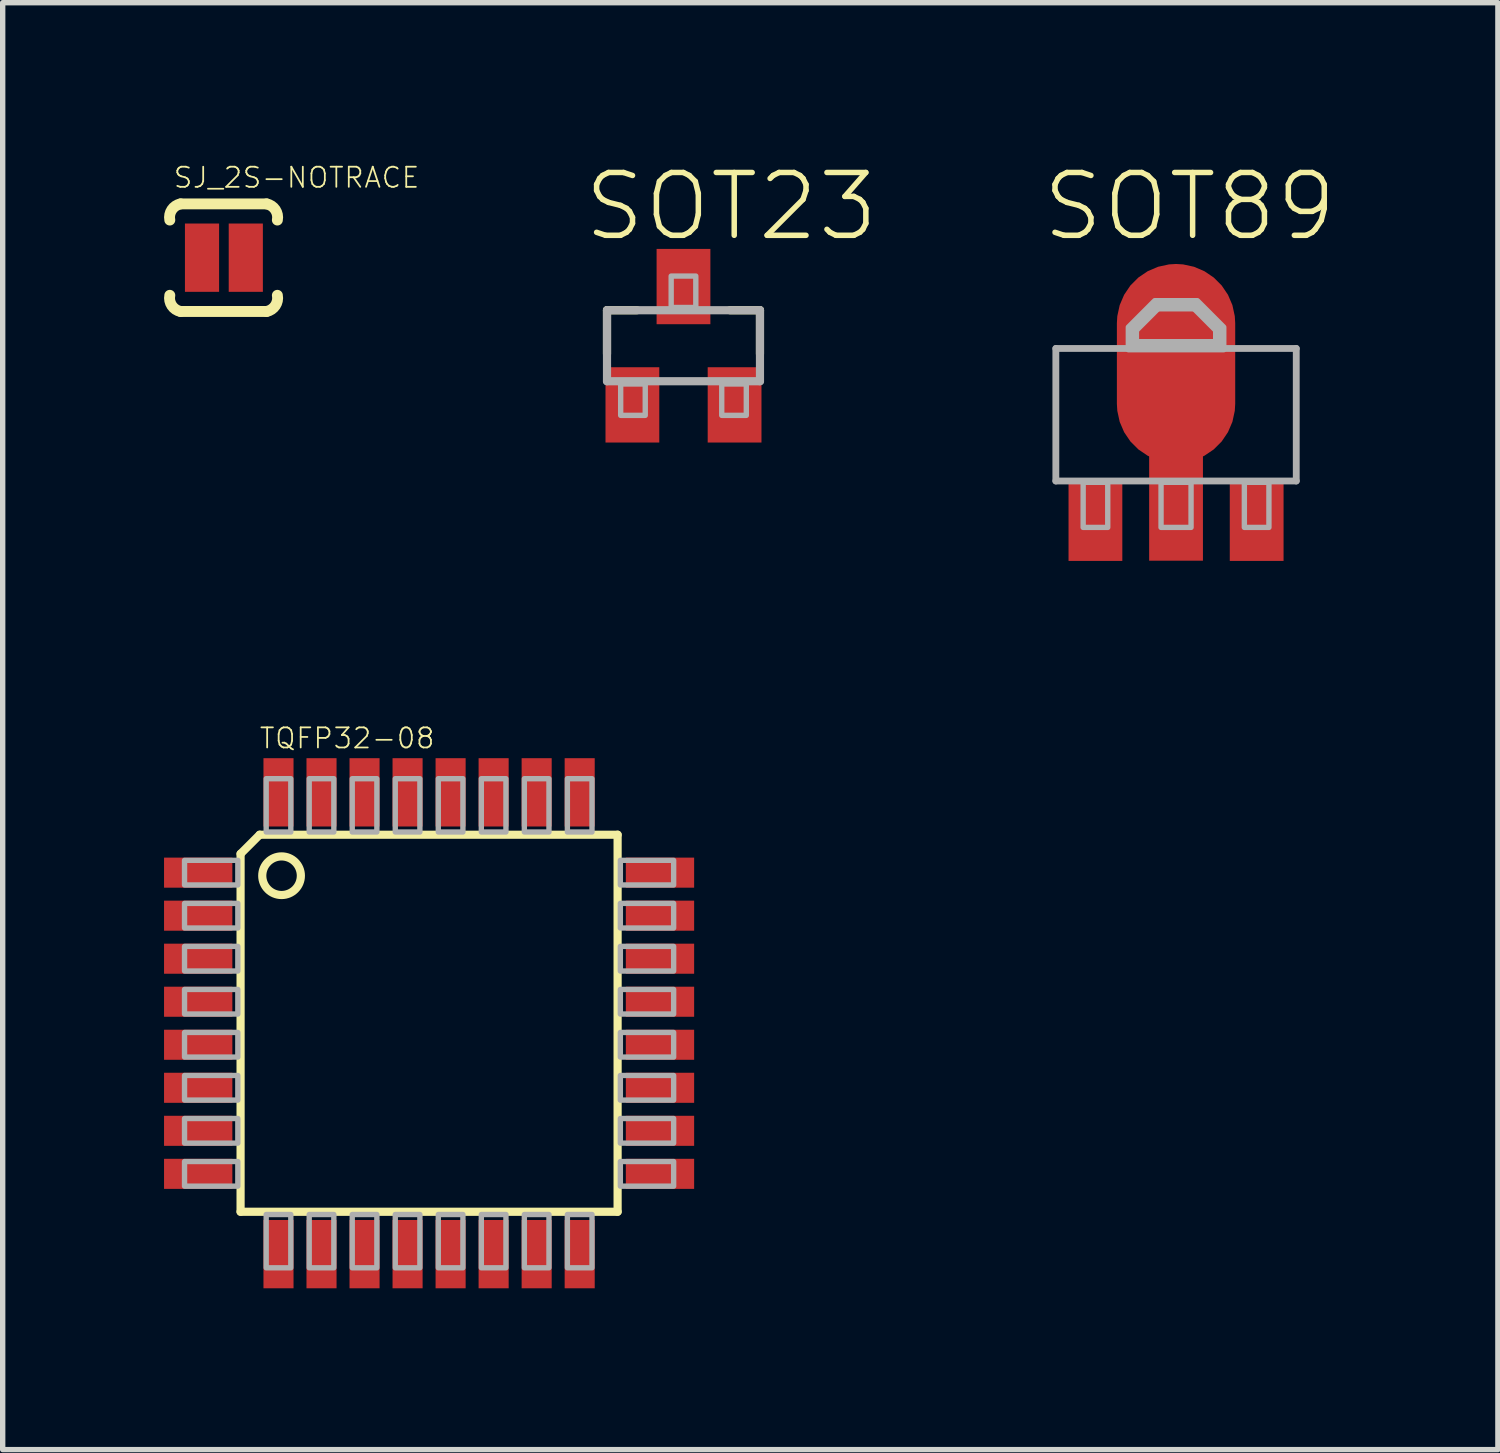
<source format=kicad_pcb>
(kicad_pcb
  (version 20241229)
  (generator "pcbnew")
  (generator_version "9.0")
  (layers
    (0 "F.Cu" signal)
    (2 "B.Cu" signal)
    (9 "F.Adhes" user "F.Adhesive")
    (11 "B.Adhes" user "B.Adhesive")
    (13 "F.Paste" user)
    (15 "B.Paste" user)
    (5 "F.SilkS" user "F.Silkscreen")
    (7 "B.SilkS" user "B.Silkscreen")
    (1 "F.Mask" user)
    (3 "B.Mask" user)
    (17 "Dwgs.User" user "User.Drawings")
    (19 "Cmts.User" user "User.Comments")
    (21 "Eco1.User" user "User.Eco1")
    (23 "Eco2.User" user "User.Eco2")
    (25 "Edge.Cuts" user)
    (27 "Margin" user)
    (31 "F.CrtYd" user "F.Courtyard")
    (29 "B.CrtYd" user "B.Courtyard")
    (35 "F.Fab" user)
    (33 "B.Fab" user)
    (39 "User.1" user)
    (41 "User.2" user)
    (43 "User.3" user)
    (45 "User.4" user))
  (footprint "TQFP32-08"
    (layer "F.Cu")
    (at 4.928 15.975)
    (property "Reference" "TQFP32-08" (at -3.175 -5.08 0) (layer "F.SilkS") (effects (font (size 0.374 0.374) (thickness 0.033)) (justify left bottom)))
    (fp_line (start -3.505 3.505) (end -3.505 -3.15) (stroke (width 0.152) (type solid)) (layer "F.SilkS"))
    (fp_line (start -3.15 -3.505) (end -3.505 -3.15) (stroke (width 0.152) (type solid)) (layer "F.SilkS"))
    (fp_line (start -3.15 -3.505) (end 3.505 -3.505) (stroke (width 0.152) (type solid)) (layer "F.SilkS"))
    (fp_line (start 3.505 -3.505) (end 3.505 3.505) (stroke (width 0.152) (type solid)) (layer "F.SilkS"))
    (fp_line (start 3.505 3.505) (end -3.505 3.505) (stroke (width 0.152) (type solid)) (layer "F.SilkS"))
    (fp_circle (center -2.743 -2.743) (end -2.384 -2.743) (stroke (width 0.152) (type solid)) (fill no) (layer "F.SilkS"))
    (fp_poly (pts (xy -4.547 -2.571) (xy -3.556 -2.571) (xy -3.556 -3.029) (xy -4.547 -3.029)) (stroke (width 0.1) (type default)) (fill no) (layer "F.Fab"))
    (fp_poly (pts (xy -4.547 -1.771) (xy -3.556 -1.771) (xy -3.556 -2.229) (xy -4.547 -2.229)) (stroke (width 0.1) (type default)) (fill no) (layer "F.Fab"))
    (fp_poly (pts (xy -4.547 -0.971) (xy -3.556 -0.971) (xy -3.556 -1.429) (xy -4.547 -1.429)) (stroke (width 0.1) (type default)) (fill no) (layer "F.Fab"))
    (fp_poly (pts (xy -4.547 -0.171) (xy -3.556 -0.171) (xy -3.556 -0.629) (xy -4.547 -0.629)) (stroke (width 0.1) (type default)) (fill no) (layer "F.Fab"))
    (fp_poly (pts (xy -4.547 0.629) (xy -3.556 0.629) (xy -3.556 0.171) (xy -4.547 0.171)) (stroke (width 0.1) (type default)) (fill no) (layer "F.Fab"))
    (fp_poly (pts (xy -4.547 1.429) (xy -3.556 1.429) (xy -3.556 0.971) (xy -4.547 0.971)) (stroke (width 0.1) (type default)) (fill no) (layer "F.Fab"))
    (fp_poly (pts (xy -4.547 2.229) (xy -3.556 2.229) (xy -3.556 1.771) (xy -4.547 1.771)) (stroke (width 0.1) (type default)) (fill no) (layer "F.Fab"))
    (fp_poly (pts (xy -4.547 3.029) (xy -3.556 3.029) (xy -3.556 2.571) (xy -4.547 2.571)) (stroke (width 0.1) (type default)) (fill no) (layer "F.Fab"))
    (fp_poly (pts (xy -3.029 -3.556) (xy -2.571 -3.556) (xy -2.571 -4.547) (xy -3.029 -4.547)) (stroke (width 0.1) (type default)) (fill no) (layer "F.Fab"))
    (fp_poly (pts (xy -3.029 4.547) (xy -2.571 4.547) (xy -2.571 3.556) (xy -3.029 3.556)) (stroke (width 0.1) (type default)) (fill no) (layer "F.Fab"))
    (fp_poly (pts (xy -2.229 -3.556) (xy -1.771 -3.556) (xy -1.771 -4.547) (xy -2.229 -4.547)) (stroke (width 0.1) (type default)) (fill no) (layer "F.Fab"))
    (fp_poly (pts (xy -2.229 4.547) (xy -1.771 4.547) (xy -1.771 3.556) (xy -2.229 3.556)) (stroke (width 0.1) (type default)) (fill no) (layer "F.Fab"))
    (fp_poly (pts (xy -1.429 -3.556) (xy -0.971 -3.556) (xy -0.971 -4.547) (xy -1.429 -4.547)) (stroke (width 0.1) (type default)) (fill no) (layer "F.Fab"))
    (fp_poly (pts (xy -1.429 4.547) (xy -0.971 4.547) (xy -0.971 3.556) (xy -1.429 3.556)) (stroke (width 0.1) (type default)) (fill no) (layer "F.Fab"))
    (fp_poly (pts (xy -0.629 -3.556) (xy -0.171 -3.556) (xy -0.171 -4.547) (xy -0.629 -4.547)) (stroke (width 0.1) (type default)) (fill no) (layer "F.Fab"))
    (fp_poly (pts (xy -0.629 4.547) (xy -0.171 4.547) (xy -0.171 3.556) (xy -0.629 3.556)) (stroke (width 0.1) (type default)) (fill no) (layer "F.Fab"))
    (fp_poly (pts (xy 0.171 -3.556) (xy 0.629 -3.556) (xy 0.629 -4.547) (xy 0.171 -4.547)) (stroke (width 0.1) (type default)) (fill no) (layer "F.Fab"))
    (fp_poly (pts (xy 0.171 4.547) (xy 0.629 4.547) (xy 0.629 3.556) (xy 0.171 3.556)) (stroke (width 0.1) (type default)) (fill no) (layer "F.Fab"))
    (fp_poly (pts (xy 0.971 -3.556) (xy 1.429 -3.556) (xy 1.429 -4.547) (xy 0.971 -4.547)) (stroke (width 0.1) (type default)) (fill no) (layer "F.Fab"))
    (fp_poly (pts (xy 0.971 4.547) (xy 1.429 4.547) (xy 1.429 3.556) (xy 0.971 3.556)) (stroke (width 0.1) (type default)) (fill no) (layer "F.Fab"))
    (fp_poly (pts (xy 1.771 -3.556) (xy 2.229 -3.556) (xy 2.229 -4.547) (xy 1.771 -4.547)) (stroke (width 0.1) (type default)) (fill no) (layer "F.Fab"))
    (fp_poly (pts (xy 1.771 4.547) (xy 2.229 4.547) (xy 2.229 3.556) (xy 1.771 3.556)) (stroke (width 0.1) (type default)) (fill no) (layer "F.Fab"))
    (fp_poly (pts (xy 2.571 -3.556) (xy 3.029 -3.556) (xy 3.029 -4.547) (xy 2.571 -4.547)) (stroke (width 0.1) (type default)) (fill no) (layer "F.Fab"))
    (fp_poly (pts (xy 2.571 4.547) (xy 3.029 4.547) (xy 3.029 3.556) (xy 2.571 3.556)) (stroke (width 0.1) (type default)) (fill no) (layer "F.Fab"))
    (fp_poly (pts (xy 3.556 -2.571) (xy 4.547 -2.571) (xy 4.547 -3.029) (xy 3.556 -3.029)) (stroke (width 0.1) (type default)) (fill no) (layer "F.Fab"))
    (fp_poly (pts (xy 3.556 -1.771) (xy 4.547 -1.771) (xy 4.547 -2.229) (xy 3.556 -2.229)) (stroke (width 0.1) (type default)) (fill no) (layer "F.Fab"))
    (fp_poly (pts (xy 3.556 -0.971) (xy 4.547 -0.971) (xy 4.547 -1.429) (xy 3.556 -1.429)) (stroke (width 0.1) (type default)) (fill no) (layer "F.Fab"))
    (fp_poly (pts (xy 3.556 -0.171) (xy 4.547 -0.171) (xy 4.547 -0.629) (xy 3.556 -0.629)) (stroke (width 0.1) (type default)) (fill no) (layer "F.Fab"))
    (fp_poly (pts (xy 3.556 0.629) (xy 4.547 0.629) (xy 4.547 0.171) (xy 3.556 0.171)) (stroke (width 0.1) (type default)) (fill no) (layer "F.Fab"))
    (fp_poly (pts (xy 3.556 1.429) (xy 4.547 1.429) (xy 4.547 0.971) (xy 3.556 0.971)) (stroke (width 0.1) (type default)) (fill no) (layer "F.Fab"))
    (fp_poly (pts (xy 3.556 2.229) (xy 4.547 2.229) (xy 4.547 1.771) (xy 3.556 1.771)) (stroke (width 0.1) (type default)) (fill no) (layer "F.Fab"))
    (fp_poly (pts (xy 3.556 3.029) (xy 4.547 3.029) (xy 4.547 2.571) (xy 3.556 2.571)) (stroke (width 0.1) (type default)) (fill no) (layer "F.Fab"))
    (pad "1" smd rect (at -4.293 -2.8) (size 1.27 0.559) (layers "F.Cu" "F.Mask" "F.Paste"))
    (pad "2" smd rect (at -4.293 -2) (size 1.27 0.559) (layers "F.Cu" "F.Mask" "F.Paste"))
    (pad "3" smd rect (at -4.293 -1.2) (size 1.27 0.559) (layers "F.Cu" "F.Mask" "F.Paste"))
    (pad "4" smd rect (at -4.293 -0.4) (size 1.27 0.559) (layers "F.Cu" "F.Mask" "F.Paste"))
    (pad "5" smd rect (at -4.293 0.4) (size 1.27 0.559) (layers "F.Cu" "F.Mask" "F.Paste"))
    (pad "6" smd rect (at -4.293 1.2) (size 1.27 0.559) (layers "F.Cu" "F.Mask" "F.Paste"))
    (pad "7" smd rect (at -4.293 2) (size 1.27 0.559) (layers "F.Cu" "F.Mask" "F.Paste"))
    (pad "8" smd rect (at -4.293 2.8) (size 1.27 0.559) (layers "F.Cu" "F.Mask" "F.Paste"))
    (pad "9" smd rect (at -2.8 4.293) (size 0.559 1.27) (layers "F.Cu" "F.Mask" "F.Paste"))
    (pad "10" smd rect (at -2 4.293) (size 0.559 1.27) (layers "F.Cu" "F.Mask" "F.Paste"))
    (pad "11" smd rect (at -1.2 4.293) (size 0.559 1.27) (layers "F.Cu" "F.Mask" "F.Paste"))
    (pad "12" smd rect (at -0.4 4.293) (size 0.559 1.27) (layers "F.Cu" "F.Mask" "F.Paste"))
    (pad "13" smd rect (at 0.4 4.293) (size 0.559 1.27) (layers "F.Cu" "F.Mask" "F.Paste"))
    (pad "14" smd rect (at 1.2 4.293) (size 0.559 1.27) (layers "F.Cu" "F.Mask" "F.Paste"))
    (pad "15" smd rect (at 2 4.293) (size 0.559 1.27) (layers "F.Cu" "F.Mask" "F.Paste"))
    (pad "16" smd rect (at 2.8 4.293) (size 0.559 1.27) (layers "F.Cu" "F.Mask" "F.Paste"))
    (pad "17" smd rect (at 4.293 2.8) (size 1.27 0.559) (layers "F.Cu" "F.Mask" "F.Paste"))
    (pad "18" smd rect (at 4.293 2) (size 1.27 0.559) (layers "F.Cu" "F.Mask" "F.Paste"))
    (pad "19" smd rect (at 4.293 1.2) (size 1.27 0.559) (layers "F.Cu" "F.Mask" "F.Paste"))
    (pad "20" smd rect (at 4.293 0.4) (size 1.27 0.559) (layers "F.Cu" "F.Mask" "F.Paste"))
    (pad "21" smd rect (at 4.293 -0.4) (size 1.27 0.559) (layers "F.Cu" "F.Mask" "F.Paste"))
    (pad "22" smd rect (at 4.293 -1.2) (size 1.27 0.559) (layers "F.Cu" "F.Mask" "F.Paste"))
    (pad "23" smd rect (at 4.293 -2) (size 1.27 0.559) (layers "F.Cu" "F.Mask" "F.Paste"))
    (pad "24" smd rect (at 4.293 -2.8) (size 1.27 0.559) (layers "F.Cu" "F.Mask" "F.Paste"))
    (pad "25" smd rect (at 2.8 -4.293) (size 0.559 1.27) (layers "F.Cu" "F.Mask" "F.Paste"))
    (pad "26" smd rect (at 2 -4.293) (size 0.559 1.27) (layers "F.Cu" "F.Mask" "F.Paste"))
    (pad "27" smd rect (at 1.2 -4.293) (size 0.559 1.27) (layers "F.Cu" "F.Mask" "F.Paste"))
    (pad "28" smd rect (at 0.4 -4.293) (size 0.559 1.27) (layers "F.Cu" "F.Mask" "F.Paste"))
    (pad "29" smd rect (at -0.4 -4.293) (size 0.559 1.27) (layers "F.Cu" "F.Mask" "F.Paste"))
    (pad "30" smd rect (at -1.2 -4.293) (size 0.559 1.27) (layers "F.Cu" "F.Mask" "F.Paste"))
    (pad "31" smd rect (at -2 -4.293) (size 0.559 1.27) (layers "F.Cu" "F.Mask" "F.Paste"))
    (pad "32" smd rect (at -2.8 -4.293) (size 0.559 1.27) (layers "F.Cu" "F.Mask" "F.Paste")))
  (footprint "SOT23"
    (layer "F.Cu")
    (at 9.658 3.378)
    (property "Reference" "SOT23" (at -1.905 -1.905 0) (layer "F.SilkS") (effects (font (size 1.168 1.168) (thickness 0.102)) (justify left bottom)))
    (fp_line (start -1.422 -0.66) (end -0.864 -0.66) (stroke (width 0.152) (type solid)) (layer "F.SilkS"))
    (fp_line (start -1.422 0.152) (end -1.422 -0.66) (stroke (width 0.152) (type solid)) (layer "F.SilkS"))
    (fp_line (start 0.864 -0.66) (end 1.422 -0.66) (stroke (width 0.152) (type solid)) (layer "F.SilkS"))
    (fp_line (start 1.422 -0.66) (end 1.422 0.152) (stroke (width 0.152) (type solid)) (layer "F.SilkS"))
    (fp_line (start -1.422 -0.66) (end 1.422 -0.66) (stroke (width 0.152) (type solid)) (layer "F.Fab"))
    (fp_line (start -1.422 0.66) (end -1.422 -0.66) (stroke (width 0.152) (type solid)) (layer "F.Fab"))
    (fp_line (start 1.422 -0.66) (end 1.422 0.66) (stroke (width 0.152) (type solid)) (layer "F.Fab"))
    (fp_line (start 1.422 0.66) (end -1.422 0.66) (stroke (width 0.152) (type solid)) (layer "F.Fab"))
    (fp_poly (pts (xy -1.168 1.295) (xy -0.711 1.295) (xy -0.711 0.711) (xy -1.168 0.711)) (stroke (width 0.1) (type default)) (fill no) (layer "F.Fab"))
    (fp_poly (pts (xy -0.229 -0.711) (xy 0.229 -0.711) (xy 0.229 -1.295) (xy -0.229 -1.295)) (stroke (width 0.1) (type default)) (fill no) (layer "F.Fab"))
    (fp_poly (pts (xy 0.711 1.295) (xy 1.168 1.295) (xy 1.168 0.711) (xy 0.711 0.711)) (stroke (width 0.1) (type default)) (fill no) (layer "F.Fab"))
    (pad "1" smd rect (at -0.95 1.1) (size 1 1.4) (layers "F.Cu" "F.Mask" "F.Paste"))
    (pad "2" smd rect (at 0.95 1.1) (size 1 1.4) (layers "F.Cu" "F.Mask" "F.Paste"))
    (pad "3" smd rect (at 0 -1.1) (size 1 1.4) (layers "F.Cu" "F.Mask" "F.Paste")))
  (footprint "SJ_2S-NOTRACE"
    (layer "F.Cu")
    (at 1.107 1.741)
    (property "Reference" "SJ_2S-NOTRACE" (at -0.953 -1.27 0) (layer "F.SilkS") (effects (font (size 0.374 0.374) (thickness 0.033)) (justify left bottom)))
    (fp_line (start -0.8 -1) (end 0.8 -1) (stroke (width 0.203) (type solid)) (layer "F.SilkS"))
    (fp_line (start 0.8 1) (end -0.8 1) (stroke (width 0.203) (type solid)) (layer "F.SilkS"))
    (fp_arc (start -1 -0.7) (mid -0.962161 -0.891441) (end -0.799999 -0.999999) (stroke (width 0.2032) (type solid)) (layer "F.SilkS"))
    (fp_arc (start -0.799999 0.999999) (mid -0.96216 0.891441) (end -1 0.7) (stroke (width 0.2032) (type solid)) (layer "F.SilkS"))
    (fp_arc (start 0.8 -1) (mid 0.962191 -0.89146) (end 0.999999 -0.699999) (stroke (width 0.2032) (type solid)) (layer "F.SilkS"))
    (fp_arc (start 1.000001 0.699999) (mid 0.962162 0.891441) (end 0.8 1) (stroke (width 0.2032) (type solid)) (layer "F.SilkS"))
    (fp_poly (pts (xy -1.016 1.016) (xy 1.016 1.016) (xy 1.016 -1.016) (xy -1.016 -1.016)) (stroke (width 0) (type default)) (fill yes) (layer "F.Paste"))
    (pad "1" smd rect (at -0.401 0 180) (size 0.635 1.27) (layers "F.Cu" "F.Mask"))
    (pad "2" smd rect (at 0.413 0) (size 0.635 1.27) (layers "F.Cu" "F.Mask")))
  (footprint "SOT89"
    (layer "F.Cu")
    (at 18.816 4.648)
    (property "Reference" "SOT89" (at -2.54 -3.175 0) (layer "F.SilkS") (effects (font (size 1.168 1.168) (thickness 0.102)) (justify left bottom)))
    (fp_poly (pts (xy -2.025 2.775) (xy -0.975 2.775) (xy -0.975 1.2) (xy -2.025 1.2)) (stroke (width 0) (type default)) (fill yes) (layer "F.Mask"))
    (fp_poly (pts (xy -0.525 2.775) (xy 0.525 2.775) (xy 0.525 1.2) (xy -0.525 1.2)) (stroke (width 0) (type default)) (fill yes) (layer "F.Mask"))
    (fp_poly (pts (xy 0.975 2.775) (xy 2.025 2.775) (xy 2.025 1.2) (xy 0.975 1.2)) (stroke (width 0) (type default)) (fill yes) (layer "F.Mask"))
    (fp_poly (pts (xy -1.9 2.68) (xy -1.1 2.68) (xy -1.1 1.28) (xy -1.9 1.28)) (stroke (width 0) (type default)) (fill yes) (layer "F.Paste"))
    (fp_poly (pts (xy -0.9 0) (xy 0.9 0) (xy 0.9 -2.2) (xy -0.9 -2.2)) (stroke (width 0) (type default)) (fill yes) (layer "F.Paste"))
    (fp_poly (pts (xy -0.4 2.68) (xy 0.4 2.68) (xy 0.4 1.28) (xy -0.4 1.28)) (stroke (width 0) (type default)) (fill yes) (layer "F.Paste"))
    (fp_poly (pts (xy 1.1 2.68) (xy 1.9 2.68) (xy 1.9 1.28) (xy 1.1 1.28)) (stroke (width 0) (type default)) (fill yes) (layer "F.Paste"))
    (fp_line (start -2.235 -1.219) (end 2.235 -1.219) (stroke (width 0.127) (type solid)) (layer "F.Fab"))
    (fp_line (start -2.235 1.245) (end -2.235 -1.219) (stroke (width 0.127) (type solid)) (layer "F.Fab"))
    (fp_line (start -0.787 -1.575) (end -0.356 -2.007) (stroke (width 0.2) (type solid)) (layer "F.Fab"))
    (fp_line (start -0.787 -1.295) (end -0.787 -1.575) (stroke (width 0.2) (type solid)) (layer "F.Fab"))
    (fp_line (start -0.356 -2.007) (end 0.356 -2.007) (stroke (width 0.2) (type solid)) (layer "F.Fab"))
    (fp_line (start 0.356 -2.007) (end 0.787 -1.575) (stroke (width 0.2) (type solid)) (layer "F.Fab"))
    (fp_line (start 0.787 -1.575) (end 0.787 -1.295) (stroke (width 0.2) (type solid)) (layer "F.Fab"))
    (fp_line (start 0.787 -1.295) (end -0.787 -1.295) (stroke (width 0.2) (type solid)) (layer "F.Fab"))
    (fp_line (start 2.235 -1.219) (end 2.235 1.245) (stroke (width 0.127) (type solid)) (layer "F.Fab"))
    (fp_line (start 2.235 1.245) (end -2.235 1.245) (stroke (width 0.127) (type solid)) (layer "F.Fab"))
    (fp_poly (pts (xy -1.727 2.108) (xy -1.27 2.108) (xy -1.27 1.27) (xy -1.727 1.27)) (stroke (width 0.1) (type default)) (fill no) (layer "F.Fab"))
    (fp_poly (pts (xy -0.279 2.108) (xy 0.279 2.108) (xy 0.279 1.27) (xy -0.279 1.27)) (stroke (width 0.1) (type default)) (fill no) (layer "F.Fab"))
    (fp_poly (pts (xy 1.27 2.108) (xy 1.727 2.108) (xy 1.727 1.27) (xy 1.27 1.27)) (stroke (width 0.1) (type default)) (fill no) (layer "F.Fab"))
    (fp_poly (pts (xy 0.887 -1.616) (xy 0.887 -1.196) (xy -0.887 -1.196) (xy -0.887 -1.616) (xy -0.397 -2.107) (xy 0.397 -2.107)) (stroke (width 0.1) (type default)) (fill no) (layer "F.Fab"))
    (pad "1" smd rect (at -1.499 1.981) (size 1 1.5) (layers "F.Cu"))
    (pad "2" smd rect (at 0 1.727) (size 1 2) (layers "F.Cu"))
    (pad "2@1" smd roundrect (at 0 -0.94) (size 2.2 3.7) (layers "F.Cu" "F.Mask") (roundrect_rratio 0.5))
    (pad "3" smd rect (at 1.499 1.981) (size 1 1.5) (layers "F.Cu")))
  (gr_rect
    (start -3 -3)
    (end 24.8 23.902)
    (stroke (width 0.1) (type default))
    (fill no)
    (layer "Edge.Cuts")))
</source>
